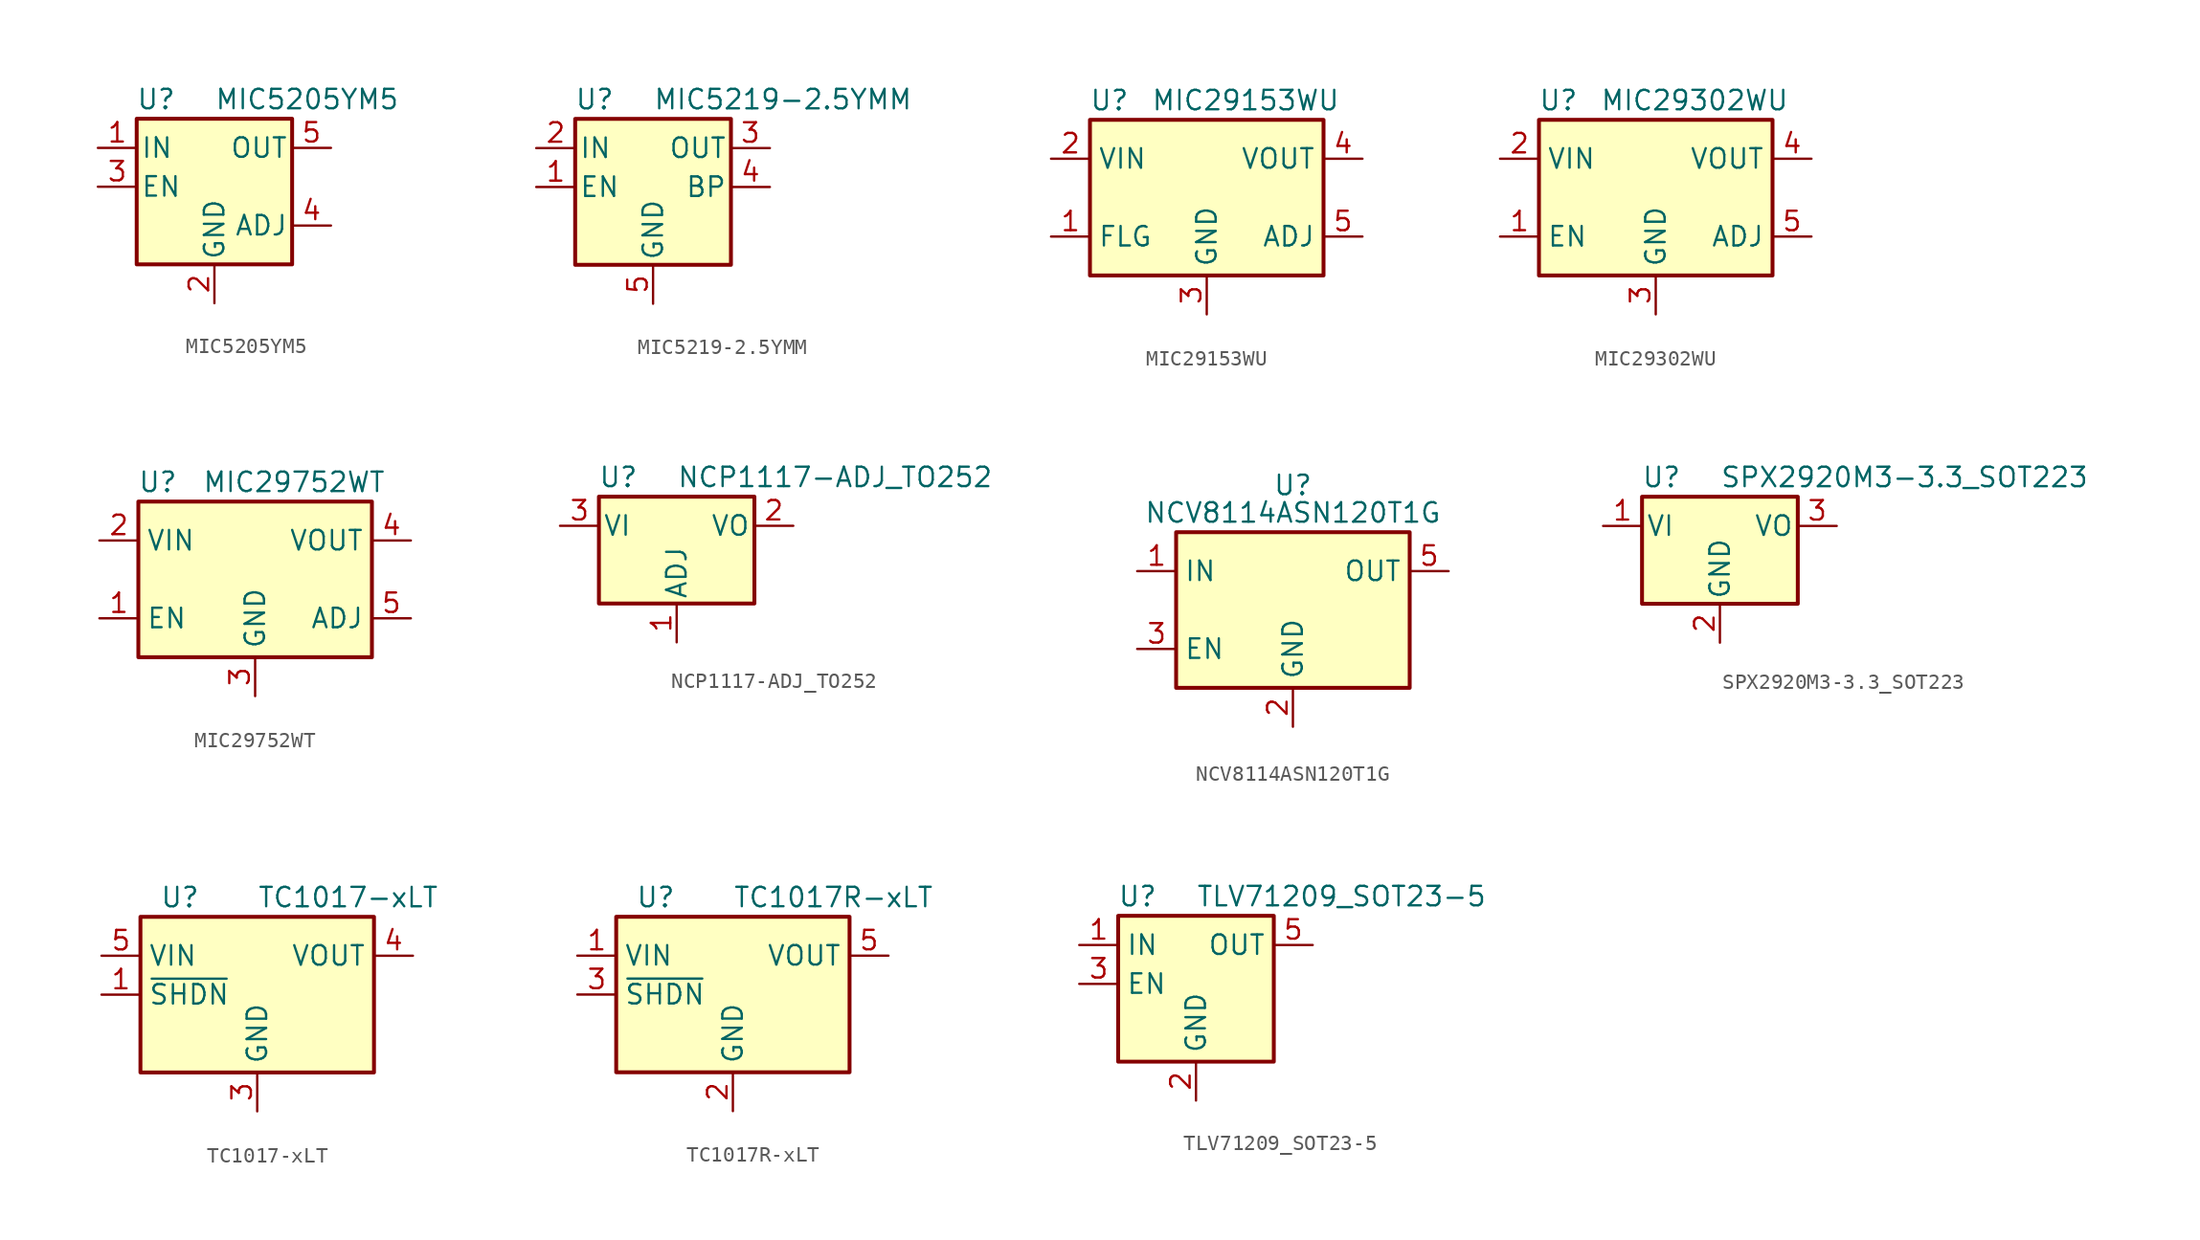
<source format=kicad_sym>
(kicad_symbol_lib
  (version 20201005)
  (generator kicad_symbol_editor)
  (symbol "MIC5205YM5"
    (pin_names
      (offset 0.254))
    (property "Reference" "U"
      (at -3.81 5.715 0)
      (effects (font (size 1.27 1.27))))
    (property "Value" "MIC5205YM5"
      (at 0 5.715 0)
      (effects (font (size 1.27 1.27)) (justify left)))
    (symbol "MIC5205YM5_0_1"
      (rectangle (start -5.08 4.445) (end 5.08 -5.08) (stroke (width 0.254)) (fill (type background))))
    (symbol "MIC5205YM5_1_1"
      (pin power_in line (at -7.62 2.54 0) (length 2.54) (name "IN" (effects (font (size 1.27 1.27)))) (number "1" (effects (font (size 1.27 1.27)))))
      (pin power_in line (at 0 -7.62 90) (length 2.54) (name "GND" (effects (font (size 1.27 1.27)))) (number "2" (effects (font (size 1.27 1.27)))))
      (pin input line (at -7.62 0 0) (length 2.54) (name "EN" (effects (font (size 1.27 1.27)))) (number "3" (effects (font (size 1.27 1.27)))))
      (pin input line (at 7.62 -2.54 180) (length 2.54) (name "ADJ" (effects (font (size 1.27 1.27)))) (number "4" (effects (font (size 1.27 1.27)))))
      (pin power_out line (at 7.62 2.54 180) (length 2.54) (name "OUT" (effects (font (size 1.27 1.27)))) (number "5" (effects (font (size 1.27 1.27)))))))
  (symbol "MIC5219-2.5YMM"
    (pin_names
      (offset 0.254))
    (property "Reference" "U"
      (at -3.81 5.715 0)
      (effects (font (size 1.27 1.27))))
    (property "Value" "MIC5219-2.5YMM"
      (at 0 5.715 0)
      (effects (font (size 1.27 1.27)) (justify left)))
    (symbol "MIC5219-2.5YMM_0_1"
      (rectangle (start -5.08 4.445) (end 5.08 -5.08) (stroke (width 0.254)) (fill (type background))))
    (symbol "MIC5219-2.5YMM_1_1"
      (pin input line (at -7.62 0 0) (length 2.54) (name "EN" (effects (font (size 1.27 1.27)))) (number "1" (effects (font (size 1.27 1.27)))))
      (pin power_in line (at -7.62 2.54 0) (length 2.54) (name "IN" (effects (font (size 1.27 1.27)))) (number "2" (effects (font (size 1.27 1.27)))))
      (pin power_out line (at 7.62 2.54 180) (length 2.54) (name "OUT" (effects (font (size 1.27 1.27)))) (number "3" (effects (font (size 1.27 1.27)))))
      (pin input line (at 7.62 0 180) (length 2.54) (name "BP" (effects (font (size 1.27 1.27)))) (number "4" (effects (font (size 1.27 1.27)))))
      (pin power_in line (at 0 -7.62 90) (length 2.54) (name "GND" (effects (font (size 1.27 1.27)))) (number "5" (effects (font (size 1.27 1.27)))))
      (pin passive line (at 0 -7.62 90) (length 2.54) hide (name "GND" (effects (font (size 1.27 1.27)))) (number "6" (effects (font (size 1.27 1.27)))))
      (pin passive line (at 0 -7.62 90) (length 2.54) hide (name "GND" (effects (font (size 1.27 1.27)))) (number "7" (effects (font (size 1.27 1.27)))))
      (pin passive line (at 0 -7.62 90) (length 2.54) hide (name "GND" (effects (font (size 1.27 1.27)))) (number "8" (effects (font (size 1.27 1.27)))))))
  (symbol "MIC29153WU"
    (property "Reference" "U"
      (at -6.35 6.35 0)
      (effects (font (size 1.27 1.27))))
    (property "Value" "MIC29153WU"
      (at 2.54 6.35 0)
      (effects (font (size 1.27 1.27))))
    (symbol "MIC29153WU_1_1"
      (rectangle (start -7.62 5.08) (end 7.62 -5.08) (stroke (width 0.254)) (fill (type background)))
      (pin open_collector line (at -10.16 -2.54 0) (length 2.54) (name "FLG" (effects (font (size 1.27 1.27)))) (number "1" (effects (font (size 1.27 1.27)))))
      (pin power_in line (at -10.16 2.54 0) (length 2.54) (name "VIN" (effects (font (size 1.27 1.27)))) (number "2" (effects (font (size 1.27 1.27)))))
      (pin power_in line (at 0 -7.62 90) (length 2.54) (name "GND" (effects (font (size 1.27 1.27)))) (number "3" (effects (font (size 1.27 1.27)))))
      (pin power_out line (at 10.16 2.54 180) (length 2.54) (name "VOUT" (effects (font (size 1.27 1.27)))) (number "4" (effects (font (size 1.27 1.27)))))
      (pin input line (at 10.16 -2.54 180) (length 2.54) (name "ADJ" (effects (font (size 1.27 1.27)))) (number "5" (effects (font (size 1.27 1.27)))))))
  (symbol "MIC29302WU"
    (property "Reference" "U"
      (at -6.35 6.35 0)
      (effects (font (size 1.27 1.27))))
    (property "Value" "MIC29302WU"
      (at 2.54 6.35 0)
      (effects (font (size 1.27 1.27))))
    (symbol "MIC29302WU_1_1"
      (rectangle (start -7.62 5.08) (end 7.62 -5.08) (stroke (width 0.254)) (fill (type background)))
      (pin input line (at -10.16 -2.54 0) (length 2.54) (name "EN" (effects (font (size 1.27 1.27)))) (number "1" (effects (font (size 1.27 1.27)))))
      (pin power_in line (at -10.16 2.54 0) (length 2.54) (name "VIN" (effects (font (size 1.27 1.27)))) (number "2" (effects (font (size 1.27 1.27)))))
      (pin power_in line (at 0 -7.62 90) (length 2.54) (name "GND" (effects (font (size 1.27 1.27)))) (number "3" (effects (font (size 1.27 1.27)))))
      (pin power_out line (at 10.16 2.54 180) (length 2.54) (name "VOUT" (effects (font (size 1.27 1.27)))) (number "4" (effects (font (size 1.27 1.27)))))
      (pin input line (at 10.16 -2.54 180) (length 2.54) (name "ADJ" (effects (font (size 1.27 1.27)))) (number "5" (effects (font (size 1.27 1.27)))))))
  (symbol "MIC29752WT"
    (property "Reference" "U"
      (at -6.35 6.35 0)
      (effects (font (size 1.27 1.27))))
    (property "Value" "MIC29752WT"
      (at 2.54 6.35 0)
      (effects (font (size 1.27 1.27))))
    (symbol "MIC29752WT_1_1"
      (rectangle (start -7.62 5.08) (end 7.62 -5.08) (stroke (width 0.254)) (fill (type background)))
      (pin input line (at -10.16 -2.54 0) (length 2.54) (name "EN" (effects (font (size 1.27 1.27)))) (number "1" (effects (font (size 1.27 1.27)))))
      (pin power_in line (at -10.16 2.54 0) (length 2.54) (name "VIN" (effects (font (size 1.27 1.27)))) (number "2" (effects (font (size 1.27 1.27)))))
      (pin power_in line (at 0 -7.62 90) (length 2.54) (name "GND" (effects (font (size 1.27 1.27)))) (number "3" (effects (font (size 1.27 1.27)))))
      (pin power_out line (at 10.16 2.54 180) (length 2.54) (name "VOUT" (effects (font (size 1.27 1.27)))) (number "4" (effects (font (size 1.27 1.27)))))
      (pin input line (at 10.16 -2.54 180) (length 2.54) (name "ADJ" (effects (font (size 1.27 1.27)))) (number "5" (effects (font (size 1.27 1.27)))))))
  (symbol "NCP1117-ADJ_TO252"
    (pin_names
      (offset 0.254))
    (property "Reference" "U"
      (at -3.81 3.175 0)
      (effects (font (size 1.27 1.27))))
    (property "Value" "NCP1117-ADJ_TO252"
      (at 0 3.175 0)
      (effects (font (size 1.27 1.27)) (justify left)))
    (symbol "NCP1117-ADJ_TO252_0_1"
      (rectangle (start -5.08 1.905) (end 5.08 -5.08) (stroke (width 0.254)) (fill (type background))))
    (symbol "NCP1117-ADJ_TO252_1_1"
      (pin input line (at 0 -7.62 90) (length 2.54) (name "ADJ" (effects (font (size 1.27 1.27)))) (number "1" (effects (font (size 1.27 1.27)))))
      (pin power_out line (at 7.62 0 180) (length 2.54) (name "VO" (effects (font (size 1.27 1.27)))) (number "2" (effects (font (size 1.27 1.27)))))
      (pin power_in line (at -7.62 0 0) (length 2.54) (name "VI" (effects (font (size 1.27 1.27)))) (number "3" (effects (font (size 1.27 1.27)))))))
  (symbol "NCV8114ASN120T1G"
    (property "Reference" "U"
      (at 0 8.89 0)
      (effects (font (size 1.27 1.27)) (justify top)))
    (property "Value" "NCV8114ASN120T1G"
      (at 0 6.35 0)
      (effects (font (size 1.27 1.27))))
    (symbol "NCV8114ASN120T1G_0_1"
      (rectangle (start -7.62 5.08) (end 7.62 -5.08) (stroke (width 0.254)) (fill (type background))))
    (symbol "NCV8114ASN120T1G_1_1"
      (pin power_in line (at -10.16 2.54 0) (length 2.54) (name "IN" (effects (font (size 1.27 1.27)))) (number "1" (effects (font (size 1.27 1.27)))))
      (pin power_in line (at 0 -7.62 90) (length 2.54) (name "GND" (effects (font (size 1.27 1.27)))) (number "2" (effects (font (size 1.27 1.27)))))
      (pin input line (at -10.16 -2.54 0) (length 2.54) (name "EN" (effects (font (size 1.27 1.27)))) (number "3" (effects (font (size 1.27 1.27)))))
      (pin no_connect line (at 7.62 -2.54 180) (length 2.54) hide (name "NC" (effects (font (size 1.27 1.27)))) (number "4" (effects (font (size 1.27 1.27)))))
      (pin power_out line (at 10.16 2.54 180) (length 2.54) (name "OUT" (effects (font (size 1.27 1.27)))) (number "5" (effects (font (size 1.27 1.27)))))))
  (symbol "SPX2920M3-3.3_SOT223"
    (pin_names
      (offset 0.254))
    (property "Reference" "U"
      (at -3.81 3.175 0)
      (effects (font (size 1.27 1.27))))
    (property "Value" "SPX2920M3-3.3_SOT223"
      (at 0 3.175 0)
      (effects (font (size 1.27 1.27)) (justify left)))
    (symbol "SPX2920M3-3.3_SOT223_0_1"
      (rectangle (start -5.08 -5.08) (end 5.08 1.905) (stroke (width 0.254)) (fill (type background))))
    (symbol "SPX2920M3-3.3_SOT223_1_1"
      (pin power_in line (at -7.62 0 0) (length 2.54) (name "VI" (effects (font (size 1.27 1.27)))) (number "1" (effects (font (size 1.27 1.27)))))
      (pin power_in line (at 0 -7.62 90) (length 2.54) (name "GND" (effects (font (size 1.27 1.27)))) (number "2" (effects (font (size 1.27 1.27)))))
      (pin power_out line (at 7.62 0 180) (length 2.54) (name "VO" (effects (font (size 1.27 1.27)))) (number "3" (effects (font (size 1.27 1.27)))))))
  (symbol "TC1017-xLT"
    (property "Reference" "U"
      (at -6.35 6.35 0)
      (effects (font (size 1.27 1.27)) (justify left)))
    (property "Value" "TC1017-xLT"
      (at 0 6.35 0)
      (effects (font (size 1.27 1.27)) (justify left)))
    (symbol "TC1017-xLT_0_1"
      (rectangle (start -7.62 5.08) (end 7.62 -5.08) (stroke (width 0.254)) (fill (type background))))
    (symbol "TC1017-xLT_1_1"
      (pin input line (at -10.16 0 0) (length 2.54) (name "~SHDN" (effects (font (size 1.27 1.27)))) (number "1" (effects (font (size 1.27 1.27)))))
      (pin no_connect line (at 7.62 0 180) (length 2.54) hide (name "NC" (effects (font (size 1.27 1.27)))) (number "2" (effects (font (size 1.27 1.27)))))
      (pin power_in line (at 0 -7.62 90) (length 2.54) (name "GND" (effects (font (size 1.27 1.27)))) (number "3" (effects (font (size 1.27 1.27)))))
      (pin power_out line (at 10.16 2.54 180) (length 2.54) (name "VOUT" (effects (font (size 1.27 1.27)))) (number "4" (effects (font (size 1.27 1.27)))))
      (pin power_in line (at -10.16 2.54 0) (length 2.54) (name "VIN" (effects (font (size 1.27 1.27)))) (number "5" (effects (font (size 1.27 1.27)))))))
  (symbol "TC1017R-xLT"
    (property "Reference" "U"
      (at -6.35 6.35 0)
      (effects (font (size 1.27 1.27)) (justify left)))
    (property "Value" "TC1017R-xLT"
      (at 0 6.35 0)
      (effects (font (size 1.27 1.27)) (justify left)))
    (symbol "TC1017R-xLT_0_1"
      (rectangle (start -7.62 5.08) (end 7.62 -5.08) (stroke (width 0.254)) (fill (type background))))
    (symbol "TC1017R-xLT_1_1"
      (pin power_in line (at -10.16 2.54 0) (length 2.54) (name "VIN" (effects (font (size 1.27 1.27)))) (number "1" (effects (font (size 1.27 1.27)))))
      (pin power_in line (at 0 -7.62 90) (length 2.54) (name "GND" (effects (font (size 1.27 1.27)))) (number "2" (effects (font (size 1.27 1.27)))))
      (pin input line (at -10.16 0 0) (length 2.54) (name "~SHDN" (effects (font (size 1.27 1.27)))) (number "3" (effects (font (size 1.27 1.27)))))
      (pin no_connect line (at 7.62 0 180) (length 2.54) hide (name "NC" (effects (font (size 1.27 1.27)))) (number "4" (effects (font (size 1.27 1.27)))))
      (pin power_out line (at 10.16 2.54 180) (length 2.54) (name "VOUT" (effects (font (size 1.27 1.27)))) (number "5" (effects (font (size 1.27 1.27)))))))
  (symbol "TLV71209_SOT23-5"
    (property "Reference" "U"
      (at -3.81 5.715 0)
      (effects (font (size 1.27 1.27))))
    (property "Value" "TLV71209_SOT23-5"
      (at 0 5.715 0)
      (effects (font (size 1.27 1.27)) (justify left)))
    (symbol "TLV71209_SOT23-5_0_1"
      (rectangle (start -5.08 4.445) (end 5.08 -5.08) (stroke (width 0.254)) (fill (type background))))
    (symbol "TLV71209_SOT23-5_1_1"
      (pin power_in line (at -7.62 2.54 0) (length 2.54) (name "IN" (effects (font (size 1.27 1.27)))) (number "1" (effects (font (size 1.27 1.27)))))
      (pin power_in line (at 0 -7.62 90) (length 2.54) (name "GND" (effects (font (size 1.27 1.27)))) (number "2" (effects (font (size 1.27 1.27)))))
      (pin input line (at -7.62 0 0) (length 2.54) (name "EN" (effects (font (size 1.27 1.27)))) (number "3" (effects (font (size 1.27 1.27)))))
      (pin no_connect line (at 7.62 0 180) (length 2.54) hide (name "NC" (effects (font (size 1.27 1.27)))) (number "4" (effects (font (size 1.27 1.27)))))
      (pin power_out line (at 7.62 2.54 180) (length 2.54) (name "OUT" (effects (font (size 1.27 1.27)))) (number "5" (effects (font (size 1.27 1.27))))))))
</source>
